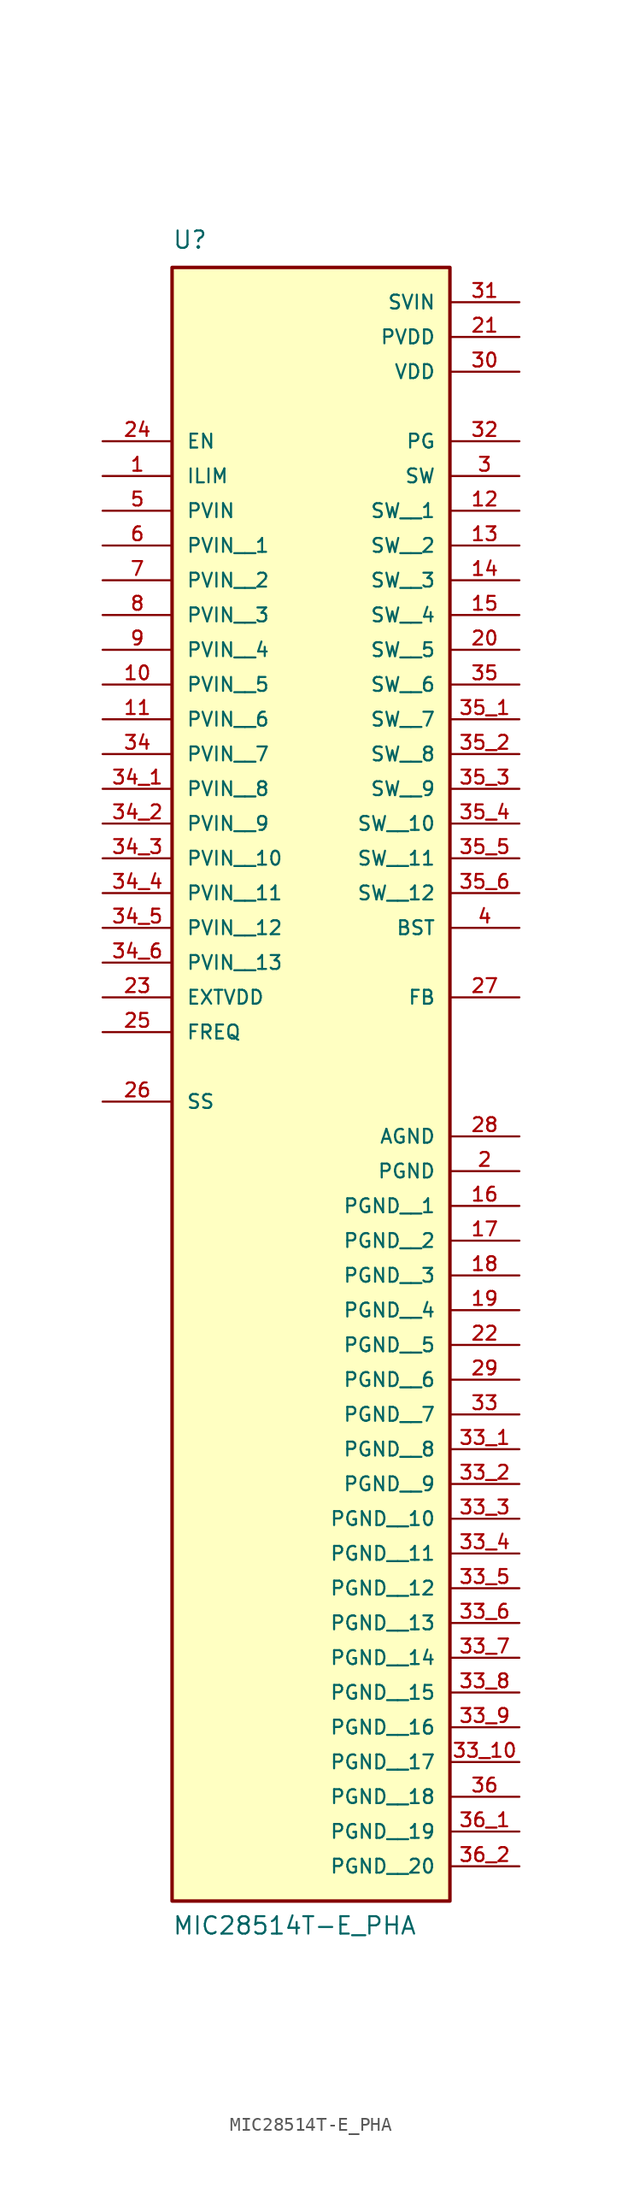
<source format=kicad_sym>
(kicad_symbol_lib
  (version 20211014)
  (generator kicad_symbol_editor)
  (symbol "MIC28514T-E_PHA"
    (pin_names
      (offset 1.016))
    (property "Reference" "U"
      (at -10.16 21.59 0)
      (effects (font (size 1.27 1.27)) (justify bottom left)))
    (property "Value" "MIC28514T-E_PHA"
      (at -10.16 -101.6 0)
      (effects (font (size 1.27 1.27)) (justify bottom left)))
    (symbol "MIC28514T-E_PHA_0_0"
      (rectangle (start -10.16 -99.06) (end 10.16 20.32) (stroke (width 0.254)) (fill (type background)))
      (pin input line (at -15.24 5.08 0) (length 5.08) (name "ILIM" (effects (font (size 1.016 1.016)))) (number "1" (effects (font (size 1.016 1.016)))))
      (pin input line (at -15.24 2.54 0) (length 5.08) (name "PVIN" (effects (font (size 1.016 1.016)))) (number "5" (effects (font (size 1.016 1.016)))))
      (pin input line (at -15.24 -33.02 0) (length 5.08) (name "EXTVDD" (effects (font (size 1.016 1.016)))) (number "23" (effects (font (size 1.016 1.016)))))
      (pin input line (at -15.24 7.62 0) (length 5.08) (name "EN" (effects (font (size 1.016 1.016)))) (number "24" (effects (font (size 1.016 1.016)))))
      (pin input line (at -15.24 -35.56 0) (length 5.08) (name "FREQ" (effects (font (size 1.016 1.016)))) (number "25" (effects (font (size 1.016 1.016)))))
      (pin input line (at 15.24 -33.02 180.0) (length 5.08) (name "FB" (effects (font (size 1.016 1.016)))) (number "27" (effects (font (size 1.016 1.016)))))
      (pin output line (at 15.24 7.62 180.0) (length 5.08) (name "PG" (effects (font (size 1.016 1.016)))) (number "32" (effects (font (size 1.016 1.016)))))
      (pin output line (at 15.24 -27.94 180.0) (length 5.08) (name "BST" (effects (font (size 1.016 1.016)))) (number "4" (effects (font (size 1.016 1.016)))))
      (pin output line (at 15.24 5.08 180.0) (length 5.08) (name "SW" (effects (font (size 1.016 1.016)))) (number "3" (effects (font (size 1.016 1.016)))))
      (pin power_in line (at 15.24 15.24 180.0) (length 5.08) (name "PVDD" (effects (font (size 1.016 1.016)))) (number "21" (effects (font (size 1.016 1.016)))))
      (pin power_in line (at 15.24 12.7 180.0) (length 5.08) (name "VDD" (effects (font (size 1.016 1.016)))) (number "30" (effects (font (size 1.016 1.016)))))
      (pin power_in line (at 15.24 17.78 180.0) (length 5.08) (name "SVIN" (effects (font (size 1.016 1.016)))) (number "31" (effects (font (size 1.016 1.016)))))
      (pin power_in line (at 15.24 -43.18 180.0) (length 5.08) (name "AGND" (effects (font (size 1.016 1.016)))) (number "28" (effects (font (size 1.016 1.016)))))
      (pin power_in line (at 15.24 -45.72 180.0) (length 5.08) (name "PGND" (effects (font (size 1.016 1.016)))) (number "2" (effects (font (size 1.016 1.016)))))
      (pin passive line (at -15.24 -40.64 0) (length 5.08) (name "SS" (effects (font (size 1.016 1.016)))) (number "26" (effects (font (size 1.016 1.016)))))
      (pin input line (at -15.24 0.0 0) (length 5.08) (name "PVIN__1" (effects (font (size 1.016 1.016)))) (number "6" (effects (font (size 1.016 1.016)))))
      (pin input line (at -15.24 -2.54 0) (length 5.08) (name "PVIN__2" (effects (font (size 1.016 1.016)))) (number "7" (effects (font (size 1.016 1.016)))))
      (pin input line (at -15.24 -5.08 0) (length 5.08) (name "PVIN__3" (effects (font (size 1.016 1.016)))) (number "8" (effects (font (size 1.016 1.016)))))
      (pin input line (at -15.24 -7.62 0) (length 5.08) (name "PVIN__4" (effects (font (size 1.016 1.016)))) (number "9" (effects (font (size 1.016 1.016)))))
      (pin input line (at -15.24 -10.16 0) (length 5.08) (name "PVIN__5" (effects (font (size 1.016 1.016)))) (number "10" (effects (font (size 1.016 1.016)))))
      (pin input line (at -15.24 -12.7 0) (length 5.08) (name "PVIN__6" (effects (font (size 1.016 1.016)))) (number "11" (effects (font (size 1.016 1.016)))))
      (pin input line (at -15.24 -15.24 0) (length 5.08) (name "PVIN__7" (effects (font (size 1.016 1.016)))) (number "34" (effects (font (size 1.016 1.016)))))
      (pin input line (at -15.24 -17.78 0) (length 5.08) (name "PVIN__8" (effects (font (size 1.016 1.016)))) (number "34_1" (effects (font (size 1.016 1.016)))))
      (pin input line (at -15.24 -20.32 0) (length 5.08) (name "PVIN__9" (effects (font (size 1.016 1.016)))) (number "34_2" (effects (font (size 1.016 1.016)))))
      (pin input line (at -15.24 -22.86 0) (length 5.08) (name "PVIN__10" (effects (font (size 1.016 1.016)))) (number "34_3" (effects (font (size 1.016 1.016)))))
      (pin input line (at -15.24 -25.4 0) (length 5.08) (name "PVIN__11" (effects (font (size 1.016 1.016)))) (number "34_4" (effects (font (size 1.016 1.016)))))
      (pin input line (at -15.24 -27.94 0) (length 5.08) (name "PVIN__12" (effects (font (size 1.016 1.016)))) (number "34_5" (effects (font (size 1.016 1.016)))))
      (pin input line (at -15.24 -30.48 0) (length 5.08) (name "PVIN__13" (effects (font (size 1.016 1.016)))) (number "34_6" (effects (font (size 1.016 1.016)))))
      (pin output line (at 15.24 2.54 180.0) (length 5.08) (name "SW__1" (effects (font (size 1.016 1.016)))) (number "12" (effects (font (size 1.016 1.016)))))
      (pin output line (at 15.24 0.0 180.0) (length 5.08) (name "SW__2" (effects (font (size 1.016 1.016)))) (number "13" (effects (font (size 1.016 1.016)))))
      (pin output line (at 15.24 -2.54 180.0) (length 5.08) (name "SW__3" (effects (font (size 1.016 1.016)))) (number "14" (effects (font (size 1.016 1.016)))))
      (pin output line (at 15.24 -5.08 180.0) (length 5.08) (name "SW__4" (effects (font (size 1.016 1.016)))) (number "15" (effects (font (size 1.016 1.016)))))
      (pin output line (at 15.24 -7.62 180.0) (length 5.08) (name "SW__5" (effects (font (size 1.016 1.016)))) (number "20" (effects (font (size 1.016 1.016)))))
      (pin output line (at 15.24 -10.16 180.0) (length 5.08) (name "SW__6" (effects (font (size 1.016 1.016)))) (number "35" (effects (font (size 1.016 1.016)))))
      (pin output line (at 15.24 -12.7 180.0) (length 5.08) (name "SW__7" (effects (font (size 1.016 1.016)))) (number "35_1" (effects (font (size 1.016 1.016)))))
      (pin output line (at 15.24 -15.24 180.0) (length 5.08) (name "SW__8" (effects (font (size 1.016 1.016)))) (number "35_2" (effects (font (size 1.016 1.016)))))
      (pin output line (at 15.24 -17.78 180.0) (length 5.08) (name "SW__9" (effects (font (size 1.016 1.016)))) (number "35_3" (effects (font (size 1.016 1.016)))))
      (pin output line (at 15.24 -20.32 180.0) (length 5.08) (name "SW__10" (effects (font (size 1.016 1.016)))) (number "35_4" (effects (font (size 1.016 1.016)))))
      (pin output line (at 15.24 -22.86 180.0) (length 5.08) (name "SW__11" (effects (font (size 1.016 1.016)))) (number "35_5" (effects (font (size 1.016 1.016)))))
      (pin output line (at 15.24 -25.4 180.0) (length 5.08) (name "SW__12" (effects (font (size 1.016 1.016)))) (number "35_6" (effects (font (size 1.016 1.016)))))
      (pin power_in line (at 15.24 -48.26 180.0) (length 5.08) (name "PGND__1" (effects (font (size 1.016 1.016)))) (number "16" (effects (font (size 1.016 1.016)))))
      (pin power_in line (at 15.24 -50.8 180.0) (length 5.08) (name "PGND__2" (effects (font (size 1.016 1.016)))) (number "17" (effects (font (size 1.016 1.016)))))
      (pin power_in line (at 15.24 -53.34 180.0) (length 5.08) (name "PGND__3" (effects (font (size 1.016 1.016)))) (number "18" (effects (font (size 1.016 1.016)))))
      (pin power_in line (at 15.24 -55.88 180.0) (length 5.08) (name "PGND__4" (effects (font (size 1.016 1.016)))) (number "19" (effects (font (size 1.016 1.016)))))
      (pin power_in line (at 15.24 -58.42 180.0) (length 5.08) (name "PGND__5" (effects (font (size 1.016 1.016)))) (number "22" (effects (font (size 1.016 1.016)))))
      (pin power_in line (at 15.24 -60.96 180.0) (length 5.08) (name "PGND__6" (effects (font (size 1.016 1.016)))) (number "29" (effects (font (size 1.016 1.016)))))
      (pin power_in line (at 15.24 -63.5 180.0) (length 5.08) (name "PGND__7" (effects (font (size 1.016 1.016)))) (number "33" (effects (font (size 1.016 1.016)))))
      (pin power_in line (at 15.24 -66.04 180.0) (length 5.08) (name "PGND__8" (effects (font (size 1.016 1.016)))) (number "33_1" (effects (font (size 1.016 1.016)))))
      (pin power_in line (at 15.24 -68.58 180.0) (length 5.08) (name "PGND__9" (effects (font (size 1.016 1.016)))) (number "33_2" (effects (font (size 1.016 1.016)))))
      (pin power_in line (at 15.24 -71.12 180.0) (length 5.08) (name "PGND__10" (effects (font (size 1.016 1.016)))) (number "33_3" (effects (font (size 1.016 1.016)))))
      (pin power_in line (at 15.24 -73.66 180.0) (length 5.08) (name "PGND__11" (effects (font (size 1.016 1.016)))) (number "33_4" (effects (font (size 1.016 1.016)))))
      (pin power_in line (at 15.24 -76.2 180.0) (length 5.08) (name "PGND__12" (effects (font (size 1.016 1.016)))) (number "33_5" (effects (font (size 1.016 1.016)))))
      (pin power_in line (at 15.24 -78.74 180.0) (length 5.08) (name "PGND__13" (effects (font (size 1.016 1.016)))) (number "33_6" (effects (font (size 1.016 1.016)))))
      (pin power_in line (at 15.24 -81.28 180.0) (length 5.08) (name "PGND__14" (effects (font (size 1.016 1.016)))) (number "33_7" (effects (font (size 1.016 1.016)))))
      (pin power_in line (at 15.24 -83.82 180.0) (length 5.08) (name "PGND__15" (effects (font (size 1.016 1.016)))) (number "33_8" (effects (font (size 1.016 1.016)))))
      (pin power_in line (at 15.24 -86.36 180.0) (length 5.08) (name "PGND__16" (effects (font (size 1.016 1.016)))) (number "33_9" (effects (font (size 1.016 1.016)))))
      (pin power_in line (at 15.24 -88.9 180.0) (length 5.08) (name "PGND__17" (effects (font (size 1.016 1.016)))) (number "33_10" (effects (font (size 1.016 1.016)))))
      (pin power_in line (at 15.24 -91.44 180.0) (length 5.08) (name "PGND__18" (effects (font (size 1.016 1.016)))) (number "36" (effects (font (size 1.016 1.016)))))
      (pin power_in line (at 15.24 -93.98 180.0) (length 5.08) (name "PGND__19" (effects (font (size 1.016 1.016)))) (number "36_1" (effects (font (size 1.016 1.016)))))
      (pin power_in line (at 15.24 -96.52 180.0) (length 5.08) (name "PGND__20" (effects (font (size 1.016 1.016)))) (number "36_2" (effects (font (size 1.016 1.016))))))))
</source>
